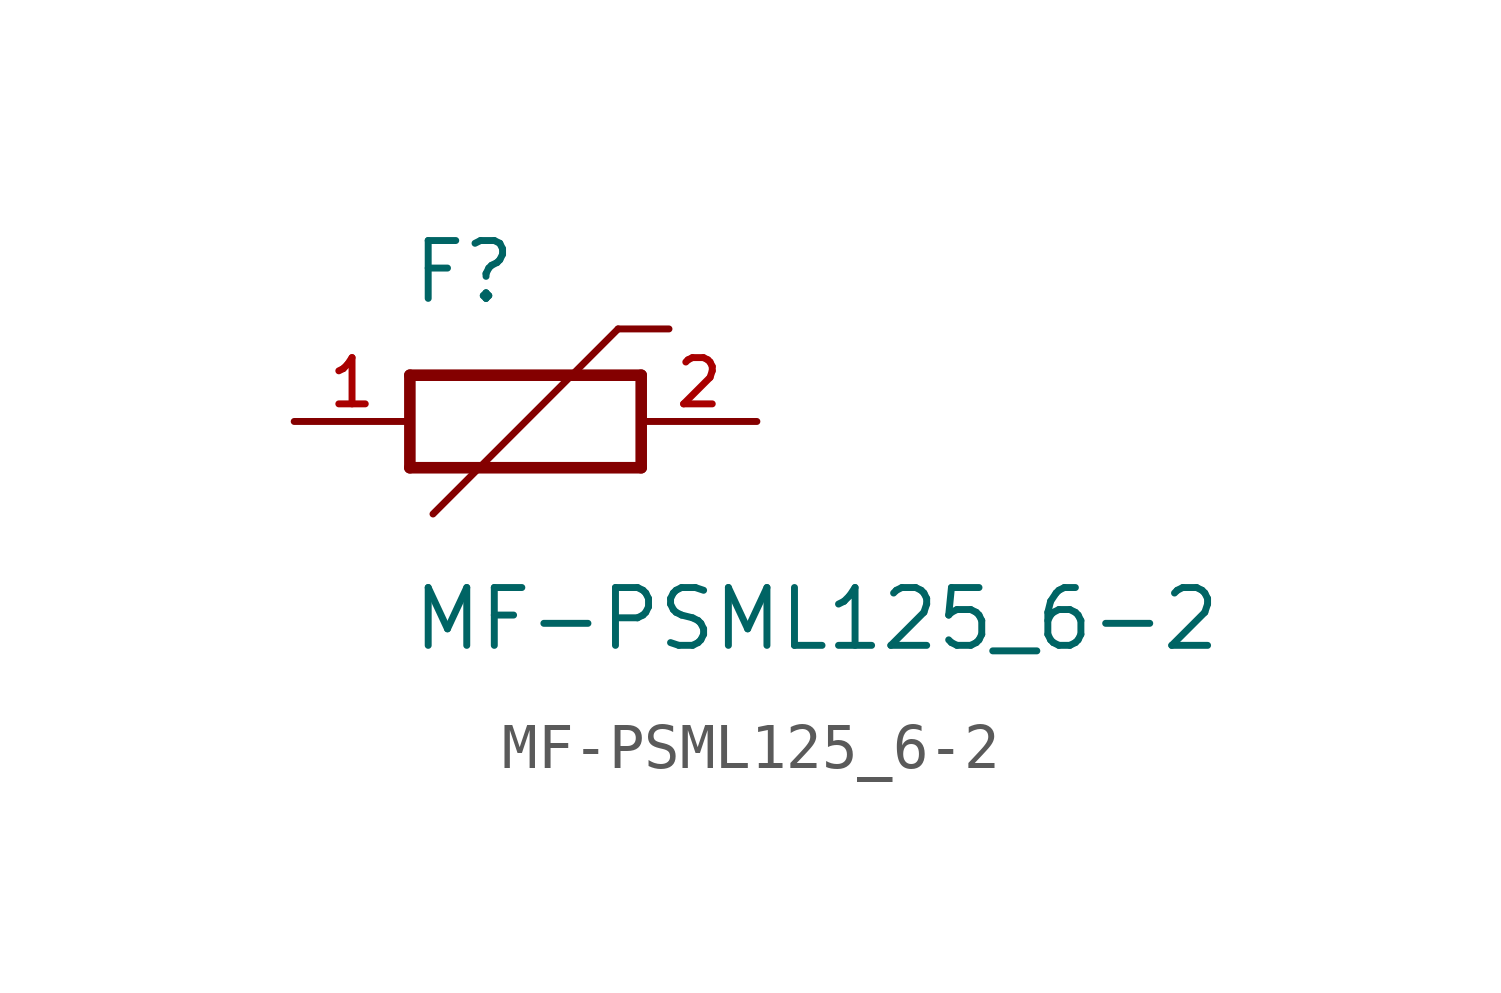
<source format=kicad_sym>
(kicad_symbol_lib
  (version 20211014)
  (generator kicad_symbol_editor)
  (symbol "MF-PSML125_6-2"
    (pin_names
      (offset 1.016))
    (property "Reference" "F"
      (at -2.54 2.54 0)
      (effects (font (size 1.27 1.27)) (justify bottom left)))
    (property "Value" "MF-PSML125_6-2"
      (at -2.54 -5.08 0)
      (effects (font (size 1.27 1.27)) (justify bottom left)))
    (symbol "MF-PSML125_6-2_0_0"
      (polyline (pts (xy 2.54 -1.016) (xy 2.54 1.016)) (stroke (width 0.254)))
      (polyline (pts (xy 2.54 1.016) (xy -2.54 1.016)) (stroke (width 0.254)))
      (polyline (pts (xy -2.54 1.016) (xy -2.54 -1.016)) (stroke (width 0.254)))
      (polyline (pts (xy -2.54 -1.016) (xy 2.54 -1.016)) (stroke (width 0.254)))
      (polyline (pts (xy 3.15 2.032) (xy 2.032 2.032)) (stroke (width 0.152)))
      (polyline (pts (xy 2.032 2.032) (xy -2.032 -2.032)) (stroke (width 0.152)))
      (pin passive line (at -5.08 0.0 0) (length 2.54) (name "~" (effects (font (size 1.016 1.016)))) (number "1" (effects (font (size 1.016 1.016)))))
      (pin passive line (at 5.08 0.0 180.0) (length 2.54) (name "~" (effects (font (size 1.016 1.016)))) (number "2" (effects (font (size 1.016 1.016))))))))
</source>
